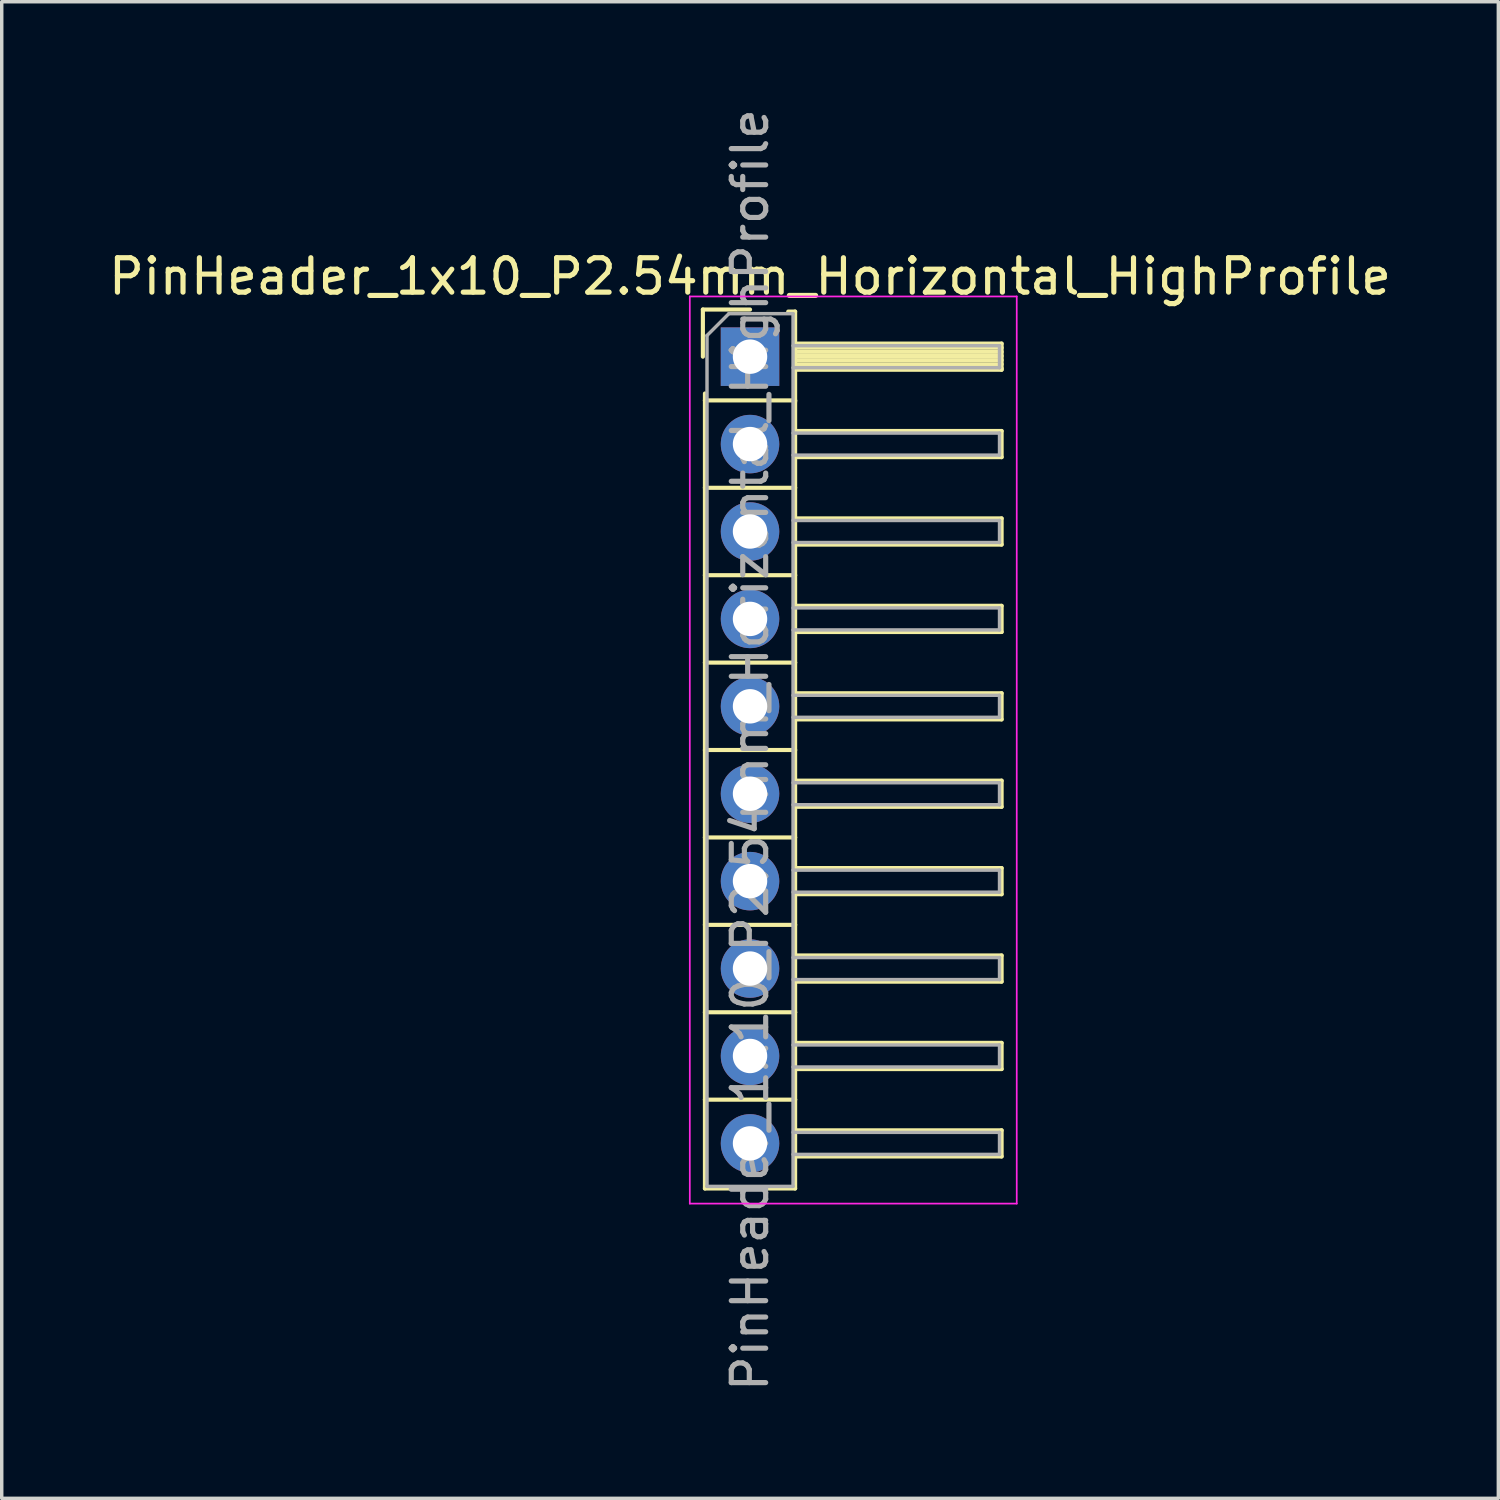
<source format=kicad_pcb>
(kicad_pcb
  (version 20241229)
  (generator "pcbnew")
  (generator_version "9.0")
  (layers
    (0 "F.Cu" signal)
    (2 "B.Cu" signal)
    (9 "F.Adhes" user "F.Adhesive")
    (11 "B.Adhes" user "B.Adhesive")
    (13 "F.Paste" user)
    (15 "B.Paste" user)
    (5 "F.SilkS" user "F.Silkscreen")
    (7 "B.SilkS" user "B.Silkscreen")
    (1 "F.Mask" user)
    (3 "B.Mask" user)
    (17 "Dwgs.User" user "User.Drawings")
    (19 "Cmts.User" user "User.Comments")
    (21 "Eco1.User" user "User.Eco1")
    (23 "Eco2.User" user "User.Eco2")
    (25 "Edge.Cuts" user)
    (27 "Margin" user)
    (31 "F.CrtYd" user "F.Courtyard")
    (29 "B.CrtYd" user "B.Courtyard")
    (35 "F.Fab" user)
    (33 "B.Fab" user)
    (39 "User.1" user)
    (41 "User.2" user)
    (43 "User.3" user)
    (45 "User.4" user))
  (footprint "PinHeader_1x10_P2.54mm_Horizontal_HighProfile"
    (layer "F.Cu")
    (at 18.744 7.314)
    (property "Reference" "PinHeader_1x10_P2.54mm_Horizontal_HighProfile" (at 0 -2.33 0) (layer "F.SilkS") (effects (font (size 1 1) (thickness 0.15))))
    (attr through_hole)
    (fp_line (start -1.37 -1.37) (end -1.37 0) (stroke (width 0.12) (type solid)) (layer "F.SilkS"))
    (fp_line (start -1.37 -1.37) (end 0 -1.37) (stroke (width 0.12) (type solid)) (layer "F.SilkS"))
    (fp_line (start -1.31 1.27) (end -1.31 1.07) (stroke (width 0.12) (type solid)) (layer "F.SilkS"))
    (fp_line (start -1.31 1.27) (end -1.31 3.81) (stroke (width 0.12) (type solid)) (layer "F.SilkS"))
    (fp_line (start -1.31 1.27) (end 1.31 1.27) (stroke (width 0.12) (type solid)) (layer "F.SilkS"))
    (fp_line (start -1.31 3.81) (end -1.31 6.35) (stroke (width 0.12) (type solid)) (layer "F.SilkS"))
    (fp_line (start -1.31 3.81) (end 1.31 3.81) (stroke (width 0.12) (type solid)) (layer "F.SilkS"))
    (fp_line (start -1.31 6.35) (end -1.31 8.89) (stroke (width 0.12) (type solid)) (layer "F.SilkS"))
    (fp_line (start -1.31 6.35) (end 1.31 6.35) (stroke (width 0.12) (type solid)) (layer "F.SilkS"))
    (fp_line (start -1.31 8.89) (end -1.31 11.43) (stroke (width 0.12) (type solid)) (layer "F.SilkS"))
    (fp_line (start -1.31 8.89) (end 1.31 8.89) (stroke (width 0.12) (type solid)) (layer "F.SilkS"))
    (fp_line (start -1.31 11.43) (end -1.31 13.97) (stroke (width 0.12) (type solid)) (layer "F.SilkS"))
    (fp_line (start -1.31 11.43) (end 1.31 11.43) (stroke (width 0.12) (type solid)) (layer "F.SilkS"))
    (fp_line (start -1.31 13.97) (end -1.31 16.51) (stroke (width 0.12) (type solid)) (layer "F.SilkS"))
    (fp_line (start -1.31 13.97) (end 1.31 13.97) (stroke (width 0.12) (type solid)) (layer "F.SilkS"))
    (fp_line (start -1.31 16.51) (end -1.31 19.05) (stroke (width 0.12) (type solid)) (layer "F.SilkS"))
    (fp_line (start -1.31 16.51) (end 1.31 16.51) (stroke (width 0.12) (type solid)) (layer "F.SilkS"))
    (fp_line (start -1.31 19.05) (end -1.31 21.59) (stroke (width 0.12) (type solid)) (layer "F.SilkS"))
    (fp_line (start -1.31 19.05) (end 1.31 19.05) (stroke (width 0.12) (type solid)) (layer "F.SilkS"))
    (fp_line (start -1.31 21.59) (end -1.31 24.17) (stroke (width 0.12) (type solid)) (layer "F.SilkS"))
    (fp_line (start -1.31 21.59) (end 1.31 21.59) (stroke (width 0.12) (type solid)) (layer "F.SilkS"))
    (fp_line (start -1.31 24.17) (end 1.31 24.17) (stroke (width 0.12) (type solid)) (layer "F.SilkS"))
    (fp_line (start 1.11 -1.31) (end 1.31 -1.31) (stroke (width 0.12) (type solid)) (layer "F.SilkS"))
    (fp_line (start 1.31 -1.31) (end 1.31 1.31) (stroke (width 0.12) (type solid)) (layer "F.SilkS"))
    (fp_line (start 1.31 -0.38) (end 7.31 -0.38) (stroke (width 0.12) (type solid)) (layer "F.SilkS"))
    (fp_line (start 1.31 -0.26) (end 7.31 -0.26) (stroke (width 0.12) (type solid)) (layer "F.SilkS"))
    (fp_line (start 1.31 -0.14) (end 7.31 -0.14) (stroke (width 0.12) (type solid)) (layer "F.SilkS"))
    (fp_line (start 1.31 -0.02) (end 7.31 -0.02) (stroke (width 0.12) (type solid)) (layer "F.SilkS"))
    (fp_line (start 1.31 0.1) (end 7.31 0.1) (stroke (width 0.12) (type solid)) (layer "F.SilkS"))
    (fp_line (start 1.31 0.22) (end 7.31 0.22) (stroke (width 0.12) (type solid)) (layer "F.SilkS"))
    (fp_line (start 1.31 0.34) (end 7.31 0.34) (stroke (width 0.12) (type solid)) (layer "F.SilkS"))
    (fp_line (start 1.31 0.38) (end 7.31 0.38) (stroke (width 0.12) (type solid)) (layer "F.SilkS"))
    (fp_line (start 1.31 1.27) (end 1.31 3.81) (stroke (width 0.12) (type solid)) (layer "F.SilkS"))
    (fp_line (start 1.31 2.16) (end 7.31 2.16) (stroke (width 0.12) (type solid)) (layer "F.SilkS"))
    (fp_line (start 1.31 2.92) (end 7.31 2.92) (stroke (width 0.12) (type solid)) (layer "F.SilkS"))
    (fp_line (start 1.31 3.81) (end 1.31 6.35) (stroke (width 0.12) (type solid)) (layer "F.SilkS"))
    (fp_line (start 1.31 4.7) (end 7.31 4.7) (stroke (width 0.12) (type solid)) (layer "F.SilkS"))
    (fp_line (start 1.31 5.46) (end 7.31 5.46) (stroke (width 0.12) (type solid)) (layer "F.SilkS"))
    (fp_line (start 1.31 6.35) (end 1.31 8.89) (stroke (width 0.12) (type solid)) (layer "F.SilkS"))
    (fp_line (start 1.31 7.24) (end 7.31 7.24) (stroke (width 0.12) (type solid)) (layer "F.SilkS"))
    (fp_line (start 1.31 8) (end 7.31 8) (stroke (width 0.12) (type solid)) (layer "F.SilkS"))
    (fp_line (start 1.31 8.89) (end 1.31 11.43) (stroke (width 0.12) (type solid)) (layer "F.SilkS"))
    (fp_line (start 1.31 9.78) (end 7.31 9.78) (stroke (width 0.12) (type solid)) (layer "F.SilkS"))
    (fp_line (start 1.31 10.54) (end 7.31 10.54) (stroke (width 0.12) (type solid)) (layer "F.SilkS"))
    (fp_line (start 1.31 11.43) (end 1.31 13.97) (stroke (width 0.12) (type solid)) (layer "F.SilkS"))
    (fp_line (start 1.31 12.32) (end 7.31 12.32) (stroke (width 0.12) (type solid)) (layer "F.SilkS"))
    (fp_line (start 1.31 13.08) (end 7.31 13.08) (stroke (width 0.12) (type solid)) (layer "F.SilkS"))
    (fp_line (start 1.31 13.97) (end 1.31 16.51) (stroke (width 0.12) (type solid)) (layer "F.SilkS"))
    (fp_line (start 1.31 14.86) (end 7.31 14.86) (stroke (width 0.12) (type solid)) (layer "F.SilkS"))
    (fp_line (start 1.31 15.62) (end 7.31 15.62) (stroke (width 0.12) (type solid)) (layer "F.SilkS"))
    (fp_line (start 1.31 16.51) (end 1.31 19.05) (stroke (width 0.12) (type solid)) (layer "F.SilkS"))
    (fp_line (start 1.31 17.4) (end 7.31 17.4) (stroke (width 0.12) (type solid)) (layer "F.SilkS"))
    (fp_line (start 1.31 18.16) (end 7.31 18.16) (stroke (width 0.12) (type solid)) (layer "F.SilkS"))
    (fp_line (start 1.31 19.05) (end 1.31 21.59) (stroke (width 0.12) (type solid)) (layer "F.SilkS"))
    (fp_line (start 1.31 19.94) (end 7.31 19.94) (stroke (width 0.12) (type solid)) (layer "F.SilkS"))
    (fp_line (start 1.31 20.7) (end 7.31 20.7) (stroke (width 0.12) (type solid)) (layer "F.SilkS"))
    (fp_line (start 1.31 21.59) (end 1.31 24.17) (stroke (width 0.12) (type solid)) (layer "F.SilkS"))
    (fp_line (start 1.31 22.48) (end 7.31 22.48) (stroke (width 0.12) (type solid)) (layer "F.SilkS"))
    (fp_line (start 1.31 23.24) (end 7.31 23.24) (stroke (width 0.12) (type solid)) (layer "F.SilkS"))
    (fp_line (start 7.31 -0.38) (end 7.31 0.38) (stroke (width 0.12) (type solid)) (layer "F.SilkS"))
    (fp_line (start 7.31 2.16) (end 7.31 2.92) (stroke (width 0.12) (type solid)) (layer "F.SilkS"))
    (fp_line (start 7.31 4.7) (end 7.31 5.46) (stroke (width 0.12) (type solid)) (layer "F.SilkS"))
    (fp_line (start 7.31 7.24) (end 7.31 8) (stroke (width 0.12) (type solid)) (layer "F.SilkS"))
    (fp_line (start 7.31 9.78) (end 7.31 10.54) (stroke (width 0.12) (type solid)) (layer "F.SilkS"))
    (fp_line (start 7.31 12.32) (end 7.31 13.08) (stroke (width 0.12) (type solid)) (layer "F.SilkS"))
    (fp_line (start 7.31 14.86) (end 7.31 15.62) (stroke (width 0.12) (type solid)) (layer "F.SilkS"))
    (fp_line (start 7.31 17.4) (end 7.31 18.16) (stroke (width 0.12) (type solid)) (layer "F.SilkS"))
    (fp_line (start 7.31 19.94) (end 7.31 20.7) (stroke (width 0.12) (type solid)) (layer "F.SilkS"))
    (fp_line (start 7.31 22.48) (end 7.31 23.24) (stroke (width 0.12) (type solid)) (layer "F.SilkS"))
    (fp_line (start -1.75 -1.75) (end -1.75 24.61) (stroke (width 0.05) (type solid)) (layer "F.CrtYd"))
    (fp_line (start -1.75 -1.75) (end 7.75 -1.75) (stroke (width 0.05) (type solid)) (layer "F.CrtYd"))
    (fp_line (start -1.75 24.61) (end 7.75 24.61) (stroke (width 0.05) (type solid)) (layer "F.CrtYd"))
    (fp_line (start 7.75 -1.75) (end 7.75 24.61) (stroke (width 0.05) (type solid)) (layer "F.CrtYd"))
    (fp_line (start -1.25 -0.615) (end -1.25 24.11) (stroke (width 0.1) (type solid)) (layer "F.Fab"))
    (fp_line (start -1.25 -0.615) (end -0.615 -1.25) (stroke (width 0.1) (type solid)) (layer "F.Fab"))
    (fp_line (start -1.25 24.11) (end 1.25 24.11) (stroke (width 0.1) (type solid)) (layer "F.Fab"))
    (fp_line (start -0.615 -1.25) (end 1.25 -1.25) (stroke (width 0.1) (type solid)) (layer "F.Fab"))
    (fp_line (start 1.25 -1.25) (end 1.25 24.11) (stroke (width 0.1) (type solid)) (layer "F.Fab"))
    (fp_line (start 1.25 -0.32) (end 7.25 -0.32) (stroke (width 0.1) (type solid)) (layer "F.Fab"))
    (fp_line (start 1.25 0.32) (end 7.25 0.32) (stroke (width 0.1) (type solid)) (layer "F.Fab"))
    (fp_line (start 1.25 2.22) (end 7.25 2.22) (stroke (width 0.1) (type solid)) (layer "F.Fab"))
    (fp_line (start 1.25 2.86) (end 7.25 2.86) (stroke (width 0.1) (type solid)) (layer "F.Fab"))
    (fp_line (start 1.25 4.76) (end 7.25 4.76) (stroke (width 0.1) (type solid)) (layer "F.Fab"))
    (fp_line (start 1.25 5.4) (end 7.25 5.4) (stroke (width 0.1) (type solid)) (layer "F.Fab"))
    (fp_line (start 1.25 7.3) (end 7.25 7.3) (stroke (width 0.1) (type solid)) (layer "F.Fab"))
    (fp_line (start 1.25 7.94) (end 7.25 7.94) (stroke (width 0.1) (type solid)) (layer "F.Fab"))
    (fp_line (start 1.25 9.84) (end 7.25 9.84) (stroke (width 0.1) (type solid)) (layer "F.Fab"))
    (fp_line (start 1.25 10.48) (end 7.25 10.48) (stroke (width 0.1) (type solid)) (layer "F.Fab"))
    (fp_line (start 1.25 12.38) (end 7.25 12.38) (stroke (width 0.1) (type solid)) (layer "F.Fab"))
    (fp_line (start 1.25 13.02) (end 7.25 13.02) (stroke (width 0.1) (type solid)) (layer "F.Fab"))
    (fp_line (start 1.25 14.92) (end 7.25 14.92) (stroke (width 0.1) (type solid)) (layer "F.Fab"))
    (fp_line (start 1.25 15.56) (end 7.25 15.56) (stroke (width 0.1) (type solid)) (layer "F.Fab"))
    (fp_line (start 1.25 17.46) (end 7.25 17.46) (stroke (width 0.1) (type solid)) (layer "F.Fab"))
    (fp_line (start 1.25 18.1) (end 7.25 18.1) (stroke (width 0.1) (type solid)) (layer "F.Fab"))
    (fp_line (start 1.25 20) (end 7.25 20) (stroke (width 0.1) (type solid)) (layer "F.Fab"))
    (fp_line (start 1.25 20.64) (end 7.25 20.64) (stroke (width 0.1) (type solid)) (layer "F.Fab"))
    (fp_line (start 1.25 22.54) (end 7.25 22.54) (stroke (width 0.1) (type solid)) (layer "F.Fab"))
    (fp_line (start 1.25 23.18) (end 7.25 23.18) (stroke (width 0.1) (type solid)) (layer "F.Fab"))
    (fp_line (start 7.25 -0.32) (end 7.25 0.32) (stroke (width 0.1) (type solid)) (layer "F.Fab"))
    (fp_line (start 7.25 2.22) (end 7.25 2.86) (stroke (width 0.1) (type solid)) (layer "F.Fab"))
    (fp_line (start 7.25 4.76) (end 7.25 5.4) (stroke (width 0.1) (type solid)) (layer "F.Fab"))
    (fp_line (start 7.25 7.3) (end 7.25 7.94) (stroke (width 0.1) (type solid)) (layer "F.Fab"))
    (fp_line (start 7.25 9.84) (end 7.25 10.48) (stroke (width 0.1) (type solid)) (layer "F.Fab"))
    (fp_line (start 7.25 12.38) (end 7.25 13.02) (stroke (width 0.1) (type solid)) (layer "F.Fab"))
    (fp_line (start 7.25 14.92) (end 7.25 15.56) (stroke (width 0.1) (type solid)) (layer "F.Fab"))
    (fp_line (start 7.25 17.46) (end 7.25 18.1) (stroke (width 0.1) (type solid)) (layer "F.Fab"))
    (fp_line (start 7.25 20) (end 7.25 20.64) (stroke (width 0.1) (type solid)) (layer "F.Fab"))
    (fp_line (start 7.25 22.54) (end 7.25 23.18) (stroke (width 0.1) (type solid)) (layer "F.Fab"))
    (fp_text user "${REFERENCE}" (at 0 11.43 90) (layer "F.Fab") (effects (font (size 1 1) (thickness 0.15))))
    (pad "1" thru_hole rect (at 0 0) (size 1.7 1.7) (drill 1) (layers "*.Cu" "*.Mask"))
    (pad "2" thru_hole oval (at 0 2.54) (size 1.7 1.7) (drill 1) (layers "*.Cu" "*.Mask"))
    (pad "3" thru_hole oval (at 0 5.08) (size 1.7 1.7) (drill 1) (layers "*.Cu" "*.Mask"))
    (pad "4" thru_hole oval (at 0 7.62) (size 1.7 1.7) (drill 1) (layers "*.Cu" "*.Mask"))
    (pad "5" thru_hole oval (at 0 10.16) (size 1.7 1.7) (drill 1) (layers "*.Cu" "*.Mask"))
    (pad "6" thru_hole oval (at 0 12.7) (size 1.7 1.7) (drill 1) (layers "*.Cu" "*.Mask"))
    (pad "7" thru_hole oval (at 0 15.24) (size 1.7 1.7) (drill 1) (layers "*.Cu" "*.Mask"))
    (pad "8" thru_hole oval (at 0 17.78) (size 1.7 1.7) (drill 1) (layers "*.Cu" "*.Mask"))
    (pad "9" thru_hole oval (at 0 20.32) (size 1.7 1.7) (drill 1) (layers "*.Cu" "*.Mask"))
    (pad "10" thru_hole oval (at 0 22.86) (size 1.7 1.7) (drill 1) (layers "*.Cu" "*.Mask")))
  (gr_rect
    (start -3 -3)
    (end 40.488 40.488)
    (stroke (width 0.1) (type default))
    (fill no)
    (layer "Edge.Cuts")))
</source>
